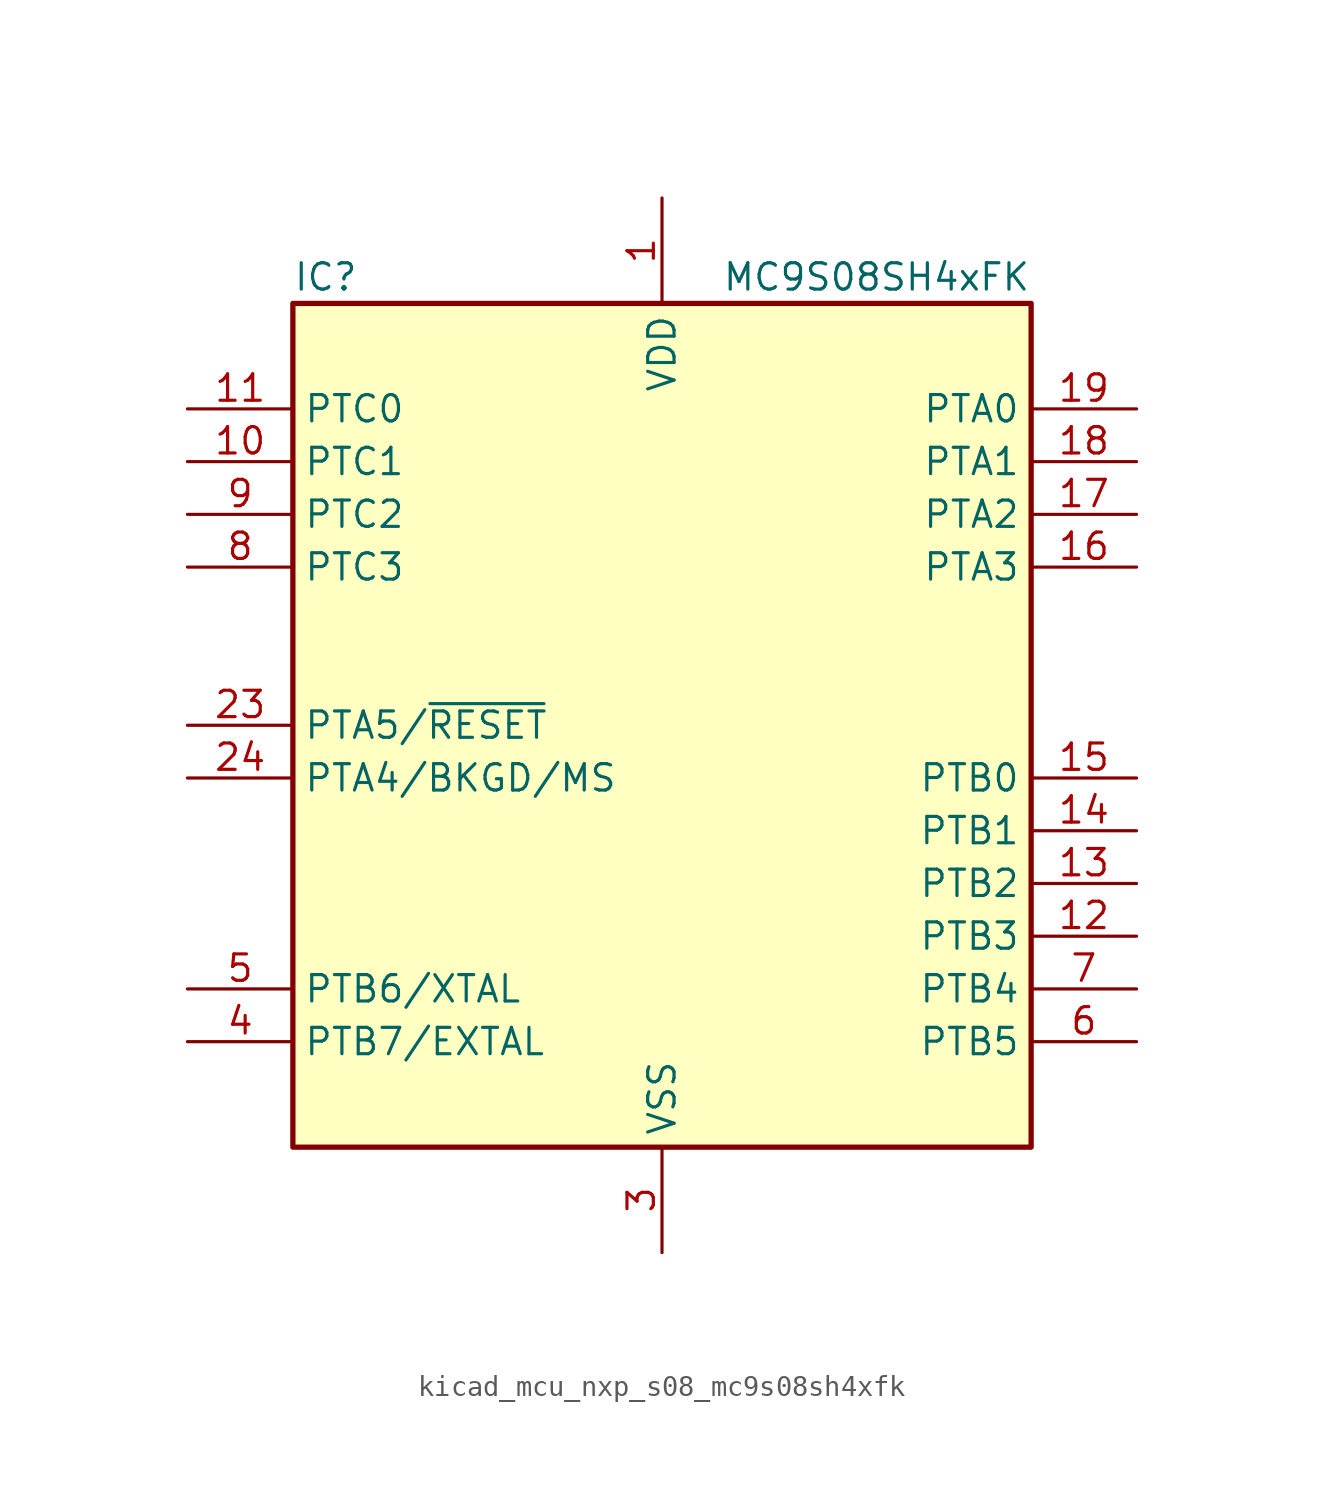
<source format=kicad_sym>
(kicad_symbol_lib
  (version 20220914)
  (generator kicad_symbol_editor)
  (symbol "kicad_mcu_nxp_s08_mc9s08sh4xfk"
    (property "Reference" "IC"
      (at -17.78 21.59 0)
      (effects (font (size 1.27 1.27)) (justify left)))
    (property "Value" "MC9S08SH4xFK"
      (at 17.78 21.59 0)
      (effects (font (size 1.27 1.27)) (justify right)))
    (symbol "kicad_mcu_nxp_s08_mc9s08sh4xfk_0_1"
      (rectangle (start -17.78 20.32) (end 17.78 -20.32) (stroke (width 0.254) (type default)) (fill (type background))))
    (symbol "kicad_mcu_nxp_s08_mc9s08sh4xfk_1_1"
      (pin power_in line (at 0 25.4 270) (length 5.08) (name "VDD" (effects (font (size 1.27 1.27)))) (number "1" (effects (font (size 1.27 1.27)))))
      (pin bidirectional line (at -22.86 12.7 0) (length 5.08) (name "PTC1" (effects (font (size 1.27 1.27)))) (number "10" (effects (font (size 1.27 1.27)))))
      (pin bidirectional line (at -22.86 15.24 0) (length 5.08) (name "PTC0" (effects (font (size 1.27 1.27)))) (number "11" (effects (font (size 1.27 1.27)))))
      (pin bidirectional line (at 22.86 -10.16 180) (length 5.08) (name "PTB3" (effects (font (size 1.27 1.27)))) (number "12" (effects (font (size 1.27 1.27)))))
      (pin bidirectional line (at 22.86 -7.62 180) (length 5.08) (name "PTB2" (effects (font (size 1.27 1.27)))) (number "13" (effects (font (size 1.27 1.27)))))
      (pin bidirectional line (at 22.86 -5.08 180) (length 5.08) (name "PTB1" (effects (font (size 1.27 1.27)))) (number "14" (effects (font (size 1.27 1.27)))))
      (pin bidirectional line (at 22.86 -2.54 180) (length 5.08) (name "PTB0" (effects (font (size 1.27 1.27)))) (number "15" (effects (font (size 1.27 1.27)))))
      (pin bidirectional line (at 22.86 7.62 180) (length 5.08) (name "PTA3" (effects (font (size 1.27 1.27)))) (number "16" (effects (font (size 1.27 1.27)))))
      (pin bidirectional line (at 22.86 10.16 180) (length 5.08) (name "PTA2" (effects (font (size 1.27 1.27)))) (number "17" (effects (font (size 1.27 1.27)))))
      (pin bidirectional line (at 22.86 12.7 180) (length 5.08) (name "PTA1" (effects (font (size 1.27 1.27)))) (number "18" (effects (font (size 1.27 1.27)))))
      (pin bidirectional line (at 22.86 15.24 180) (length 5.08) (name "PTA0" (effects (font (size 1.27 1.27)))) (number "19" (effects (font (size 1.27 1.27)))))
      (pin bidirectional line (at -22.86 0 0) (length 5.08) (name "PTA5/~{RESET}" (effects (font (size 1.27 1.27)))) (number "23" (effects (font (size 1.27 1.27)))))
      (pin bidirectional line (at -22.86 -2.54 0) (length 5.08) (name "PTA4/BKGD/MS" (effects (font (size 1.27 1.27)))) (number "24" (effects (font (size 1.27 1.27)))))
      (pin power_in line (at 0 -25.4 90) (length 5.08) (name "VSS" (effects (font (size 1.27 1.27)))) (number "3" (effects (font (size 1.27 1.27)))))
      (pin bidirectional line (at -22.86 -15.24 0) (length 5.08) (name "PTB7/EXTAL" (effects (font (size 1.27 1.27)))) (number "4" (effects (font (size 1.27 1.27)))))
      (pin bidirectional line (at -22.86 -12.7 0) (length 5.08) (name "PTB6/XTAL" (effects (font (size 1.27 1.27)))) (number "5" (effects (font (size 1.27 1.27)))))
      (pin bidirectional line (at 22.86 -15.24 180) (length 5.08) (name "PTB5" (effects (font (size 1.27 1.27)))) (number "6" (effects (font (size 1.27 1.27)))))
      (pin bidirectional line (at 22.86 -12.7 180) (length 5.08) (name "PTB4" (effects (font (size 1.27 1.27)))) (number "7" (effects (font (size 1.27 1.27)))))
      (pin bidirectional line (at -22.86 7.62 0) (length 5.08) (name "PTC3" (effects (font (size 1.27 1.27)))) (number "8" (effects (font (size 1.27 1.27)))))
      (pin bidirectional line (at -22.86 10.16 0) (length 5.08) (name "PTC2" (effects (font (size 1.27 1.27)))) (number "9" (effects (font (size 1.27 1.27))))))))
</source>
